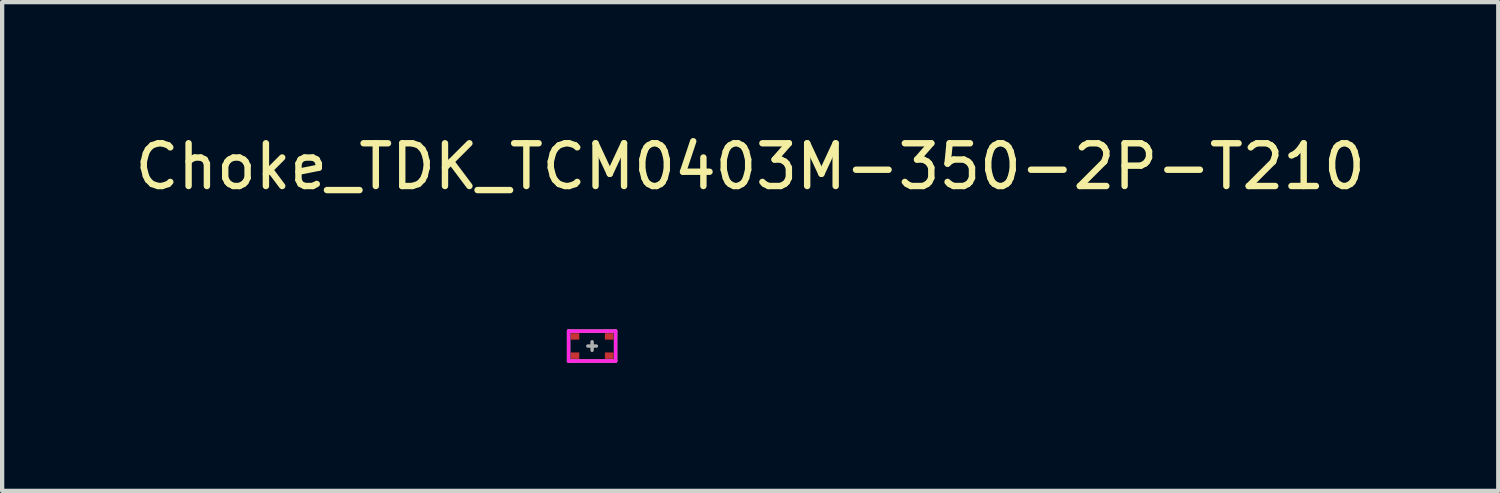
<source format=kicad_pcb>
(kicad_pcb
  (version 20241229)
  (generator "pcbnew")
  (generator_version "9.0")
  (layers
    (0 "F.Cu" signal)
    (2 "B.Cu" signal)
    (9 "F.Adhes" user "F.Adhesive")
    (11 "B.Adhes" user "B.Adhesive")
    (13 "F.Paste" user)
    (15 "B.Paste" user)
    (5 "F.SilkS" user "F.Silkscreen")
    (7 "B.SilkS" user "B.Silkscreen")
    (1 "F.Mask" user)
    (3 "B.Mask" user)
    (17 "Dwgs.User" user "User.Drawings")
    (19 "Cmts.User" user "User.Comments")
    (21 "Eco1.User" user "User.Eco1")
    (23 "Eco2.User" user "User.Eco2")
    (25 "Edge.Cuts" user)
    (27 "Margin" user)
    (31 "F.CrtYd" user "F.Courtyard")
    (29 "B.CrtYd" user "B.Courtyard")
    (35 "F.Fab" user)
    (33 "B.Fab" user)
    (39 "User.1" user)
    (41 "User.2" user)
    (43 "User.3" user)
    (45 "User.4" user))
  (footprint "Choke_TDK_TCM0403M-350-2P-T210"
    (layer "F.Cu")
    (at 10.806 5.048)
    (property "Reference" "Choke_TDK_TCM0403M-350-2P-T210" (at 3.7 -4.2 0) (unlocked yes) (layer "F.SilkS") (effects (font (size 1 1) (thickness 0.15))))
    (attr smd)
    (fp_line (start -0.55 -0.35) (end -0.55 0.35) (stroke (width 0.08) (type default)) (layer "F.CrtYd"))
    (fp_line (start -0.55 -0.35) (end 0.55 -0.35) (stroke (width 0.08) (type default)) (layer "F.CrtYd"))
    (fp_line (start -0.55 0.35) (end 0.55 0.35) (stroke (width 0.08) (type default)) (layer "F.CrtYd"))
    (fp_line (start 0.55 0.35) (end 0.55 -0.35) (stroke (width 0.08) (type default)) (layer "F.CrtYd"))
    (fp_line (start -0.55 -0.35) (end -0.55 0.35) (stroke (width 0.08) (type default)) (layer "F.Fab"))
    (fp_line (start -0.55 -0.35) (end 0.55 -0.35) (stroke (width 0.08) (type default)) (layer "F.Fab"))
    (fp_line (start -0.55 0.35) (end 0.55 0.35) (stroke (width 0.08) (type default)) (layer "F.Fab"))
    (fp_line (start -0.1 0) (end 0.1 0) (stroke (width 0.08) (type default)) (layer "F.Fab"))
    (fp_line (start 0 0.1) (end 0 -0.1) (stroke (width 0.08) (type default)) (layer "F.Fab"))
    (fp_line (start 0.55 0.35) (end 0.55 -0.35) (stroke (width 0.08) (type default)) (layer "F.Fab"))
    (pad "1" smd rect (at 0.4 -0.225) (size 0.2 0.15) (layers "F.Cu" "F.Mask" "F.Paste"))
    (pad "2" smd rect (at -0.4 -0.225) (size 0.2 0.15) (layers "F.Cu" "F.Mask" "F.Paste"))
    (pad "3" smd rect (at -0.4 0.225) (size 0.2 0.15) (layers "F.Cu" "F.Mask" "F.Paste"))
    (pad "4" smd rect (at 0.4 0.225) (size 0.2 0.15) (layers "F.Cu" "F.Mask" "F.Paste")))
  (gr_rect
    (start -3 -3)
    (end 32.012 8.438)
    (stroke (width 0.1) (type default))
    (fill no)
    (layer "Edge.Cuts")))
</source>
